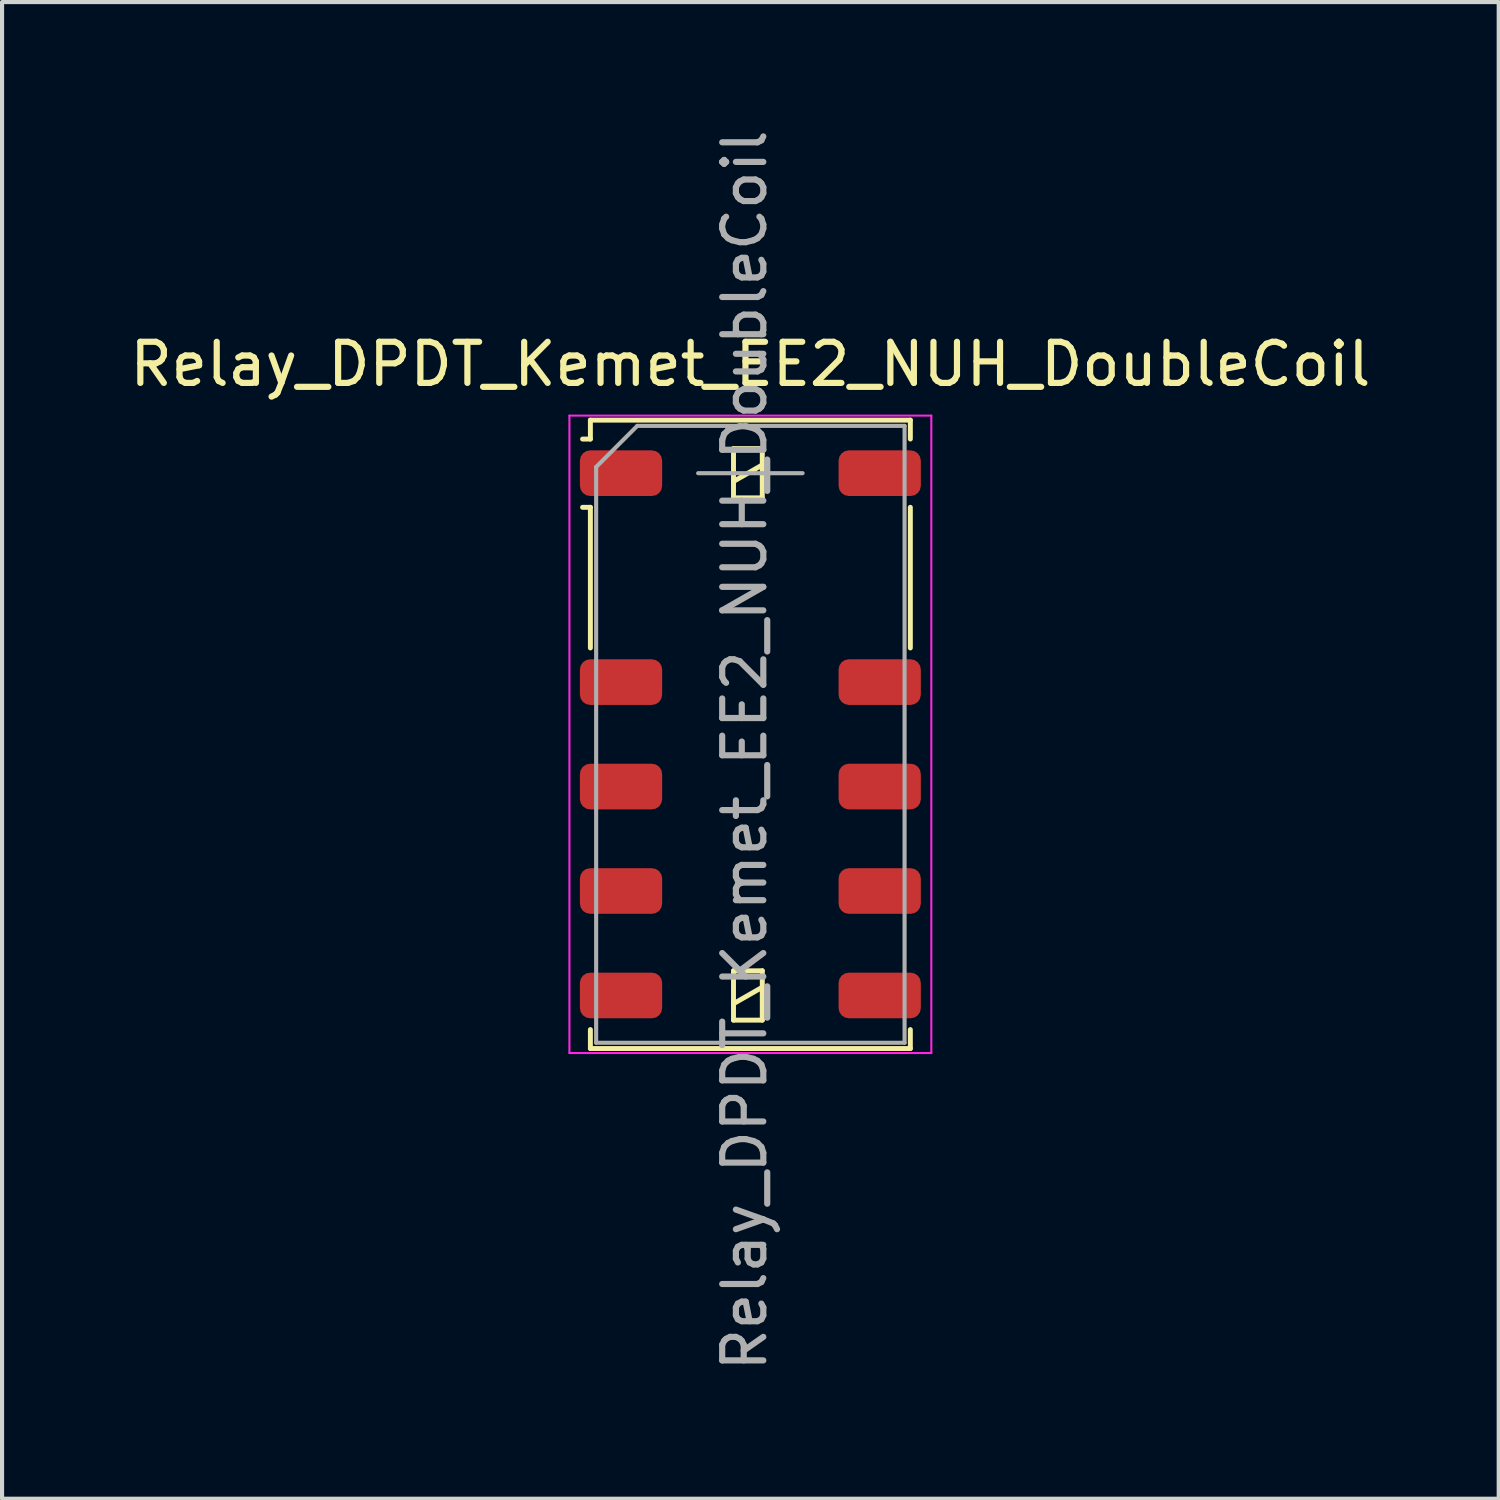
<source format=kicad_pcb>
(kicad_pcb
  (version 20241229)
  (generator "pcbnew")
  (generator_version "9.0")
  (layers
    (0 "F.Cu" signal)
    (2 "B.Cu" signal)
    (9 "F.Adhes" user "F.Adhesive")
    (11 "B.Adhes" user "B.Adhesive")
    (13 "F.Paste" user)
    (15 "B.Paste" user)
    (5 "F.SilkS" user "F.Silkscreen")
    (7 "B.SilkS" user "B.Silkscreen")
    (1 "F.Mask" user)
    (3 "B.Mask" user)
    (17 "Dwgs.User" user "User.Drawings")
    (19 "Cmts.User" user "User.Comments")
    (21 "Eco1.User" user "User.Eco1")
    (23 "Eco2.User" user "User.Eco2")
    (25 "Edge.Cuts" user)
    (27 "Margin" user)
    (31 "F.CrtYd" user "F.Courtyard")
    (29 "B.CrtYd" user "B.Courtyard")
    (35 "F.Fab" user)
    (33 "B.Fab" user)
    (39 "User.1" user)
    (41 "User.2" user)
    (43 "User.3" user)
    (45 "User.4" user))
  (footprint "Relay_DPDT_Kemet_EE2_NUH_DoubleCoil"
    (layer "F.Cu")
    (at 15.196 14.806)
    (property "Reference" "Relay_DPDT_Kemet_EE2_NUH_DoubleCoil" (at 0 -9 180) (layer "F.SilkS") (effects (font (size 1 1) (thickness 0.15))))
    (attr smd)
    (fp_line (start -3.89 -7.64) (end -3.89 -7.18) (stroke (width 0.12) (type solid)) (layer "F.SilkS"))
    (fp_line (start -3.89 -7.18) (end -4.08 -7.18) (stroke (width 0.12) (type solid)) (layer "F.SilkS"))
    (fp_line (start -3.89 -5.52) (end -4.08 -5.52) (stroke (width 0.12) (type solid)) (layer "F.SilkS"))
    (fp_line (start -3.89 -5.52) (end -3.89 -2.1) (stroke (width 0.12) (type solid)) (layer "F.SilkS"))
    (fp_line (start -3.89 7.18) (end -3.89 7.64) (stroke (width 0.12) (type solid)) (layer "F.SilkS"))
    (fp_line (start -0.41 -6.95) (end -0.41 -5.75) (stroke (width 0.12) (type solid)) (layer "F.SilkS"))
    (fp_line (start -0.41 -6.15) (end 0.29 -6.55) (stroke (width 0.12) (type solid)) (layer "F.SilkS"))
    (fp_line (start -0.41 -5.75) (end 0.29 -5.75) (stroke (width 0.12) (type solid)) (layer "F.SilkS"))
    (fp_line (start -0.41 5.75) (end -0.41 6.95) (stroke (width 0.12) (type solid)) (layer "F.SilkS"))
    (fp_line (start -0.41 6.55) (end 0.29 6.15) (stroke (width 0.12) (type solid)) (layer "F.SilkS"))
    (fp_line (start -0.41 6.95) (end 0.29 6.95) (stroke (width 0.12) (type solid)) (layer "F.SilkS"))
    (fp_line (start 0.29 -6.95) (end -0.41 -6.95) (stroke (width 0.12) (type solid)) (layer "F.SilkS"))
    (fp_line (start 0.29 -5.75) (end 0.29 -6.95) (stroke (width 0.12) (type solid)) (layer "F.SilkS"))
    (fp_line (start 0.29 5.75) (end -0.41 5.75) (stroke (width 0.12) (type solid)) (layer "F.SilkS"))
    (fp_line (start 0.29 6.95) (end 0.29 5.75) (stroke (width 0.12) (type solid)) (layer "F.SilkS"))
    (fp_line (start 3.89 -7.64) (end -3.89 -7.64) (stroke (width 0.12) (type solid)) (layer "F.SilkS"))
    (fp_line (start 3.89 -7.64) (end 3.89 -7.18) (stroke (width 0.12) (type solid)) (layer "F.SilkS"))
    (fp_line (start 3.89 -5.52) (end 3.89 -2.1) (stroke (width 0.12) (type solid)) (layer "F.SilkS"))
    (fp_line (start 3.89 7.18) (end 3.89 7.64) (stroke (width 0.12) (type solid)) (layer "F.SilkS"))
    (fp_line (start 3.89 7.64) (end -3.89 7.64) (stroke (width 0.12) (type solid)) (layer "F.SilkS"))
    (fp_line (start -4.4 -7.75) (end -4.4 7.75) (stroke (width 0.05) (type solid)) (layer "F.CrtYd"))
    (fp_line (start -4.4 7.75) (end 4.4 7.75) (stroke (width 0.05) (type solid)) (layer "F.CrtYd"))
    (fp_line (start 4.4 -7.75) (end -4.4 -7.75) (stroke (width 0.05) (type solid)) (layer "F.CrtYd"))
    (fp_line (start 4.4 -7.75) (end 4.4 7.75) (stroke (width 0.05) (type solid)) (layer "F.CrtYd"))
    (fp_line (start -3.75 -6.5) (end -3.75 7.5) (stroke (width 0.1) (type solid)) (layer "F.Fab"))
    (fp_line (start -3.75 -6.5) (end -2.75 -7.5) (stroke (width 0.1) (type solid)) (layer "F.Fab"))
    (fp_line (start -1.27 -6.35) (end 1.27 -6.35) (stroke (width 0.1) (type solid)) (layer "F.Fab"))
    (fp_line (start 3.75 -7.5) (end -2.75 -7.5) (stroke (width 0.1) (type solid)) (layer "F.Fab"))
    (fp_line (start 3.75 -7.5) (end 3.75 7.5) (stroke (width 0.1) (type solid)) (layer "F.Fab"))
    (fp_line (start 3.75 7.5) (end -3.75 7.5) (stroke (width 0.1) (type solid)) (layer "F.Fab"))
    (fp_text user "${REFERENCE}" (at -0.14 0.39 90) (layer "F.Fab") (effects (font (size 1 1) (thickness 0.15))))
    (pad "1" smd roundrect (at -3.145 -6.35 270) (size 1.11 2) (layers "F.Cu" "F.Mask" "F.Paste") (roundrect_rratio 0.225))
    (pad "3" smd roundrect (at -3.145 -1.27 270) (size 1.11 2) (layers "F.Cu" "F.Mask" "F.Paste") (roundrect_rratio 0.225))
    (pad "4" smd roundrect (at -3.145 1.27 270) (size 1.11 2) (layers "F.Cu" "F.Mask" "F.Paste") (roundrect_rratio 0.225))
    (pad "5" smd roundrect (at -3.145 3.81 270) (size 1.11 2) (layers "F.Cu" "F.Mask" "F.Paste") (roundrect_rratio 0.225))
    (pad "6" smd roundrect (at -3.145 6.35 270) (size 1.11 2) (layers "F.Cu" "F.Mask" "F.Paste") (roundrect_rratio 0.225))
    (pad "7" smd roundrect (at 3.145 6.35 270) (size 1.11 2) (layers "F.Cu" "F.Mask" "F.Paste") (roundrect_rratio 0.225))
    (pad "8" smd roundrect (at 3.145 3.81 270) (size 1.11 2) (layers "F.Cu" "F.Mask" "F.Paste") (roundrect_rratio 0.225))
    (pad "9" smd roundrect (at 3.145 1.27 270) (size 1.11 2) (layers "F.Cu" "F.Mask" "F.Paste") (roundrect_rratio 0.225))
    (pad "10" smd roundrect (at 3.145 -1.27 270) (size 1.11 2) (layers "F.Cu" "F.Mask" "F.Paste") (roundrect_rratio 0.225))
    (pad "12" smd roundrect (at 3.145 -6.35 270) (size 1.11 2) (layers "F.Cu" "F.Mask" "F.Paste") (roundrect_rratio 0.225)))
  (gr_rect
    (start -3 -3)
    (end 33.393 33.393)
    (stroke (width 0.1) (type default))
    (fill no)
    (layer "Edge.Cuts")))
</source>
